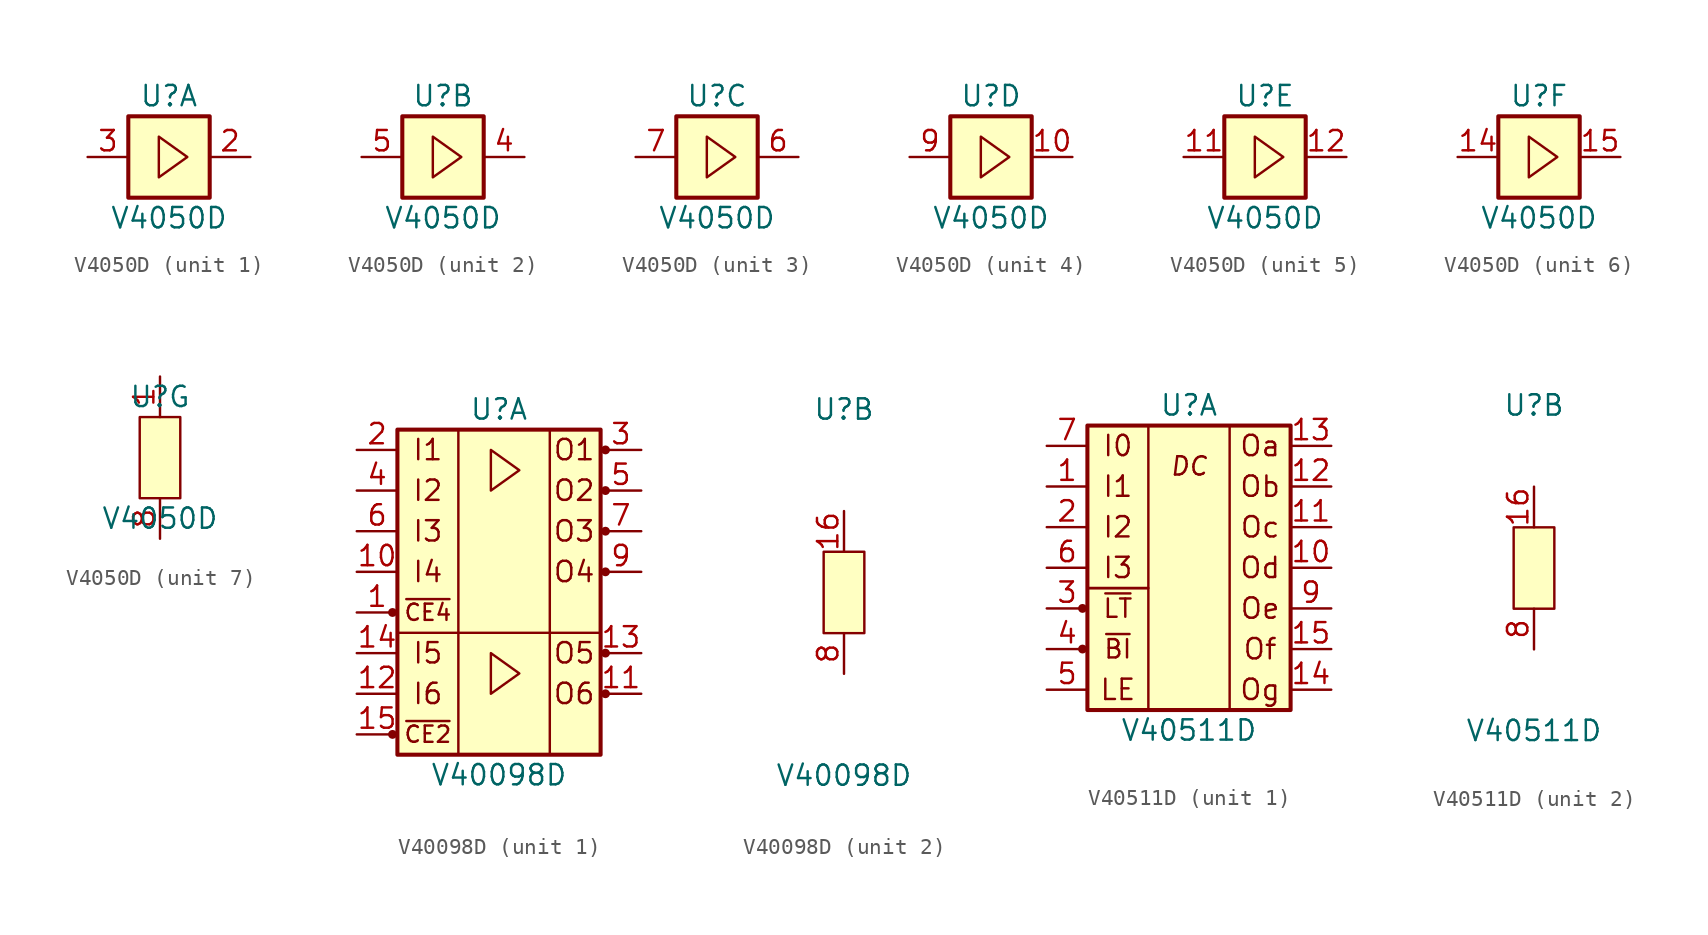
<source format=kicad_sym>
(kicad_symbol_lib
  (version 20211014)
  (generator kicad_symbol_editor)
  (symbol "V4050D"
    (pin_names
      (offset 1.016) hide)
    (property "Reference" "U"
      (at 0 3.81 0)
      (effects (font (size 1.27 1.27))))
    (property "Value" "V4050D"
      (at 0 -3.81 0)
      (effects (font (size 1.27 1.27))))
    (property "ki_locked" ""
      (at 0 0 0)
      (effects (font (size 1.27 1.27))))
    (symbol "V4050D_1_0"
      (pin output line (at 5.08 0 180) (length 2.54) (name "O1" (effects (font (size 1.27 1.27)))) (number "2" (effects (font (size 1.27 1.27))))))
    (symbol "V4050D_1_1"
      (rectangle (start -2.54 2.54) (end 2.54 -2.54) (stroke (width 0.254) (type default) (color 0 0 0 0)) (fill (type background)))
      (polyline (pts (xy -0.635 1.27) (xy 1.143 0) (xy -0.635 -1.27) (xy -0.635 1.27)) (stroke (width 0) (type default) (color 0 0 0 0)) (fill (type none)))
      (pin input line (at -5.08 0 0) (length 2.54) (name "I1" (effects (font (size 1.27 1.27)))) (number "3" (effects (font (size 1.27 1.27))))))
    (symbol "V4050D_2_0"
      (pin output line (at 5.08 0 180) (length 2.54) (name "O2" (effects (font (size 1.27 1.27)))) (number "4" (effects (font (size 1.27 1.27))))))
    (symbol "V4050D_2_1"
      (rectangle (start -2.54 2.54) (end 2.54 -2.54) (stroke (width 0.254) (type default) (color 0 0 0 0)) (fill (type background)))
      (polyline (pts (xy -0.635 1.27) (xy 1.143 0) (xy -0.635 -1.27) (xy -0.635 1.27)) (stroke (width 0) (type default) (color 0 0 0 0)) (fill (type none)))
      (pin input line (at -5.08 0 0) (length 2.54) (name "I2" (effects (font (size 1.27 1.27)))) (number "5" (effects (font (size 1.27 1.27))))))
    (symbol "V4050D_3_0"
      (pin output line (at 5.08 0 180) (length 2.54) (name "O3" (effects (font (size 1.27 1.27)))) (number "6" (effects (font (size 1.27 1.27))))))
    (symbol "V4050D_3_1"
      (rectangle (start -2.54 2.54) (end 2.54 -2.54) (stroke (width 0.254) (type default) (color 0 0 0 0)) (fill (type background)))
      (polyline (pts (xy -0.635 1.27) (xy 1.143 0) (xy -0.635 -1.27) (xy -0.635 1.27)) (stroke (width 0) (type default) (color 0 0 0 0)) (fill (type none)))
      (pin input line (at -5.08 0 0) (length 2.54) (name "I3" (effects (font (size 1.27 1.27)))) (number "7" (effects (font (size 1.27 1.27))))))
    (symbol "V4050D_4_0"
      (pin output line (at 5.08 0 180) (length 2.54) (name "O4" (effects (font (size 1.27 1.27)))) (number "10" (effects (font (size 1.27 1.27))))))
    (symbol "V4050D_4_1"
      (rectangle (start -2.54 2.54) (end 2.54 -2.54) (stroke (width 0.254) (type default) (color 0 0 0 0)) (fill (type background)))
      (polyline (pts (xy -0.635 1.27) (xy 1.143 0) (xy -0.635 -1.27) (xy -0.635 1.27)) (stroke (width 0) (type default) (color 0 0 0 0)) (fill (type none)))
      (pin input line (at -5.08 0 0) (length 2.54) (name "I4" (effects (font (size 1.27 1.27)))) (number "9" (effects (font (size 1.27 1.27))))))
    (symbol "V4050D_5_0"
      (pin output line (at 5.08 0 180) (length 2.54) (name "O5" (effects (font (size 1.27 1.27)))) (number "12" (effects (font (size 1.27 1.27))))))
    (symbol "V4050D_5_1"
      (rectangle (start -2.54 2.54) (end 2.54 -2.54) (stroke (width 0.254) (type default) (color 0 0 0 0)) (fill (type background)))
      (polyline (pts (xy -0.635 1.27) (xy 1.143 0) (xy -0.635 -1.27) (xy -0.635 1.27)) (stroke (width 0) (type default) (color 0 0 0 0)) (fill (type none)))
      (pin input line (at -5.08 0 0) (length 2.54) (name "I5" (effects (font (size 1.27 1.27)))) (number "11" (effects (font (size 1.27 1.27))))))
    (symbol "V4050D_6_0"
      (pin output line (at 5.08 0 180) (length 2.54) (name "O6" (effects (font (size 1.27 1.27)))) (number "15" (effects (font (size 1.27 1.27))))))
    (symbol "V4050D_6_1"
      (rectangle (start -2.54 2.54) (end 2.54 -2.54) (stroke (width 0.254) (type default) (color 0 0 0 0)) (fill (type background)))
      (polyline (pts (xy -0.635 1.27) (xy 1.143 0) (xy -0.635 -1.27) (xy -0.635 1.27)) (stroke (width 0) (type default) (color 0 0 0 0)) (fill (type none)))
      (pin input line (at -5.08 0 0) (length 2.54) (name "I6" (effects (font (size 1.27 1.27)))) (number "14" (effects (font (size 1.27 1.27))))))
    (symbol "V4050D_7_1"
      (rectangle (start -1.27 2.54) (end 1.27 -2.54) (stroke (width 0) (type default) (color 0 0 0 0)) (fill (type background)))
      (pin power_in line (at 0 5.08 270) (length 2.54) (name "Vcc" (effects (font (size 1.27 1.27)))) (number "1" (effects (font (size 1.27 1.27)))))
      (pin no_connect line (at -3.81 0 0) (length 2.54) hide (name "NC" (effects (font (size 1.27 1.27)))) (number "13" (effects (font (size 1.27 1.27)))))
      (pin no_connect line (at 3.81 0 180) (length 2.54) hide (name "NC" (effects (font (size 1.27 1.27)))) (number "16" (effects (font (size 1.27 1.27)))))
      (pin power_in line (at 0 -5.08 90) (length 2.54) (name "GND" (effects (font (size 1.27 1.27)))) (number "8" (effects (font (size 1.27 1.27)))))))
  (symbol "V40098D"
    (pin_names
      (offset 1.016) hide)
    (property "Reference" "U"
      (at 0 11.43 0)
      (effects (font (size 1.27 1.27))))
    (property "Value" "V40098D"
      (at 0 -11.43 0)
      (effects (font (size 1.27 1.27))))
    (property "ki_locked" ""
      (at 0 0 0)
      (effects (font (size 1.27 1.27))))
    (symbol "V40098D_1_1"
      (circle (center -6.655 -8.89) (radius 0.203) (stroke (width 0) (type default) (color 0 0 0 0)) (fill (type outline)))
      (circle (center -6.655 -1.27) (radius 0.203) (stroke (width 0) (type default) (color 0 0 0 0)) (fill (type outline)))
      (rectangle (start -6.35 -2.54) (end 6.35 -10.16) (stroke (width 0) (type default) (color 0 0 0 0)) (fill (type none)))
      (rectangle (start -6.35 10.16) (end 6.35 -10.16) (stroke (width 0.254) (type default) (color 0 0 0 0)) (fill (type background)))
      (polyline (pts (xy -0.508 -3.81) (xy 1.27 -5.08) (xy -0.508 -6.35) (xy -0.508 -3.81)) (stroke (width 0) (type default) (color 0 0 0 0)) (fill (type none)))
      (polyline (pts (xy -0.508 8.89) (xy 1.27 7.62) (xy -0.508 6.35) (xy -0.508 8.89)) (stroke (width 0) (type default) (color 0 0 0 0)) (fill (type none)))
      (rectangle (start 3.175 10.16) (end -2.54 -10.16) (stroke (width 0) (type default) (color 0 0 0 0)) (fill (type none)))
      (circle (center 6.655 -6.35) (radius 0.203) (stroke (width 0) (type default) (color 0 0 0 0)) (fill (type outline)))
      (circle (center 6.655 -3.81) (radius 0.203) (stroke (width 0) (type default) (color 0 0 0 0)) (fill (type outline)))
      (circle (center 6.655 1.27) (radius 0.203) (stroke (width 0) (type default) (color 0 0 0 0)) (fill (type outline)))
      (circle (center 6.655 3.81) (radius 0.203) (stroke (width 0) (type default) (color 0 0 0 0)) (fill (type outline)))
      (circle (center 6.655 6.35) (radius 0.203) (stroke (width 0) (type default) (color 0 0 0 0)) (fill (type outline)))
      (circle (center 6.655 8.89) (radius 0.203) (stroke (width 0) (type default) (color 0 0 0 0)) (fill (type outline)))
      (text "I1" (at -4.445 8.89 0) (effects (font (size 1.27 1.27))))
      (text "I2" (at -4.445 6.35 0) (effects (font (size 1.27 1.27))))
      (text "I3" (at -4.445 3.81 0) (effects (font (size 1.27 1.27))))
      (text "I4" (at -4.445 1.27 0) (effects (font (size 1.27 1.27))))
      (text "I5" (at -4.445 -3.81 0) (effects (font (size 1.27 1.27))))
      (text "I6" (at -4.445 -6.35 0) (effects (font (size 1.27 1.27))))
      (text "O1" (at 4.699 8.89 0) (effects (font (size 1.27 1.27))))
      (text "O2" (at 4.699 6.35 0) (effects (font (size 1.27 1.27))))
      (text "O3" (at 4.699 3.81 0) (effects (font (size 1.27 1.27))))
      (text "O4" (at 4.699 1.27 0) (effects (font (size 1.27 1.27))))
      (text "O5" (at 4.699 -3.81 0) (effects (font (size 1.27 1.27))))
      (text "O6" (at 4.699 -6.35 0) (effects (font (size 1.27 1.27))))
      (text "~{CE2}" (at -4.445 -8.89 0) (effects (font (size 1.016 1.016))))
      (text "~{CE4}" (at -4.445 -1.27 0) (effects (font (size 1.016 1.016))))
      (pin input line (at -8.89 -1.27 0) (length 2.54) (name "~{CE4}" (effects (font (size 1.27 1.27)))) (number "1" (effects (font (size 1.27 1.27)))))
      (pin input line (at -8.89 1.27 0) (length 2.54) (name "I4" (effects (font (size 1.27 1.27)))) (number "10" (effects (font (size 1.27 1.27)))))
      (pin tri_state line (at 8.89 -6.35 180) (length 2.54) (name "O6" (effects (font (size 1.27 1.27)))) (number "11" (effects (font (size 1.27 1.27)))))
      (pin input line (at -8.89 -6.35 0) (length 2.54) (name "I6" (effects (font (size 1.27 1.27)))) (number "12" (effects (font (size 1.27 1.27)))))
      (pin tri_state line (at 8.89 -3.81 180) (length 2.54) (name "O5" (effects (font (size 1.27 1.27)))) (number "13" (effects (font (size 1.27 1.27)))))
      (pin input line (at -8.89 -3.81 0) (length 2.54) (name "I5" (effects (font (size 1.27 1.27)))) (number "14" (effects (font (size 1.27 1.27)))))
      (pin input line (at -8.89 -8.89 0) (length 2.54) (name "~{CE2}" (effects (font (size 1.27 1.27)))) (number "15" (effects (font (size 1.27 1.27)))))
      (pin input line (at -8.89 8.89 0) (length 2.54) (name "I1" (effects (font (size 1.27 1.27)))) (number "2" (effects (font (size 1.27 1.27)))))
      (pin tri_state line (at 8.89 8.89 180) (length 2.54) (name "O1" (effects (font (size 1.27 1.27)))) (number "3" (effects (font (size 1.27 1.27)))))
      (pin input line (at -8.89 6.35 0) (length 2.54) (name "I2" (effects (font (size 1.27 1.27)))) (number "4" (effects (font (size 1.27 1.27)))))
      (pin tri_state line (at 8.89 6.35 180) (length 2.54) (name "O2" (effects (font (size 1.27 1.27)))) (number "5" (effects (font (size 1.27 1.27)))))
      (pin input line (at -8.89 3.81 0) (length 2.54) (name "I3" (effects (font (size 1.27 1.27)))) (number "6" (effects (font (size 1.27 1.27)))))
      (pin tri_state line (at 8.89 3.81 180) (length 2.54) (name "O3" (effects (font (size 1.27 1.27)))) (number "7" (effects (font (size 1.27 1.27)))))
      (pin tri_state line (at 8.89 1.27 180) (length 2.54) (name "O4" (effects (font (size 1.27 1.27)))) (number "9" (effects (font (size 1.27 1.27))))))
    (symbol "V40098D_2_1"
      (rectangle (start -1.27 2.54) (end 1.27 -2.54) (stroke (width 0) (type default) (color 0 0 0 0)) (fill (type background)))
      (pin power_in line (at 0 5.08 270) (length 2.54) (name "Vcc" (effects (font (size 1.27 1.27)))) (number "16" (effects (font (size 1.27 1.27)))))
      (pin power_in line (at 0 -5.08 90) (length 2.54) (name "GND" (effects (font (size 1.27 1.27)))) (number "8" (effects (font (size 1.27 1.27)))))))
  (symbol "V40511D"
    (pin_names
      (offset 1.016) hide)
    (property "Reference" "U"
      (at 0 10.16 0)
      (effects (font (size 1.27 1.27))))
    (property "Value" "V40511D"
      (at 0 -10.16 0)
      (effects (font (size 1.27 1.27))))
    (property "ki_locked" ""
      (at 0 0 0)
      (effects (font (size 1.27 1.27))))
    (symbol "V40511D_1_1"
      (circle (center -6.655 -5.08) (radius 0.203) (stroke (width 0) (type default) (color 0 0 0 0)) (fill (type outline)))
      (circle (center -6.655 -2.54) (radius 0.203) (stroke (width 0) (type default) (color 0 0 0 0)) (fill (type outline)))
      (rectangle (start -6.35 -1.27) (end -2.54 -8.89) (stroke (width 0) (type default) (color 0 0 0 0)) (fill (type none)))
      (rectangle (start -6.35 8.89) (end -2.54 -1.27) (stroke (width 0) (type default) (color 0 0 0 0)) (fill (type none)))
      (rectangle (start -6.35 8.89) (end 6.35 -8.89) (stroke (width 0.254) (type default) (color 0 0 0 0)) (fill (type background)))
      (rectangle (start 2.54 8.89) (end 6.35 -8.89) (stroke (width 0) (type default) (color 0 0 0 0)) (fill (type none)))
      (text "DC" (at 0 6.35 0) (effects (font (size 1.143 1.143) italic)))
      (text "I0" (at -4.445 7.62 0) (effects (font (size 1.27 1.27))))
      (text "I1" (at -4.445 5.08 0) (effects (font (size 1.27 1.27))))
      (text "I2" (at -4.445 2.54 0) (effects (font (size 1.27 1.27))))
      (text "I3" (at -4.445 0 0) (effects (font (size 1.27 1.27))))
      (text "LE" (at -4.445 -7.62 0) (effects (font (size 1.27 1.27))))
      (text "Oa" (at 4.445 7.62 0) (effects (font (size 1.27 1.27))))
      (text "Ob" (at 4.445 5.08 0) (effects (font (size 1.27 1.27))))
      (text "Oc" (at 4.445 2.54 0) (effects (font (size 1.27 1.27))))
      (text "Od" (at 4.445 0 0) (effects (font (size 1.27 1.27))))
      (text "Oe" (at 4.445 -2.54 0) (effects (font (size 1.27 1.27))))
      (text "Of" (at 4.445 -5.08 0) (effects (font (size 1.27 1.27))))
      (text "Og" (at 4.445 -7.62 0) (effects (font (size 1.27 1.27))))
      (text "~{BI}" (at -4.445 -5.08 0) (effects (font (size 1.143 1.143))))
      (text "~{LT}" (at -4.445 -2.54 0) (effects (font (size 1.143 1.143))))
      (pin input line (at -8.89 5.08 0) (length 2.54) (name "I1" (effects (font (size 1.27 1.27)))) (number "1" (effects (font (size 1.27 1.27)))))
      (pin output line (at 8.89 0 180) (length 2.54) (name "d" (effects (font (size 1.27 1.27)))) (number "10" (effects (font (size 1.27 1.27)))))
      (pin output line (at 8.89 2.54 180) (length 2.54) (name "c" (effects (font (size 1.27 1.27)))) (number "11" (effects (font (size 1.27 1.27)))))
      (pin output line (at 8.89 5.08 180) (length 2.54) (name "b" (effects (font (size 1.27 1.27)))) (number "12" (effects (font (size 1.27 1.27)))))
      (pin output line (at 8.89 7.62 180) (length 2.54) (name "a" (effects (font (size 1.27 1.27)))) (number "13" (effects (font (size 1.27 1.27)))))
      (pin output line (at 8.89 -7.62 180) (length 2.54) (name "g" (effects (font (size 1.27 1.27)))) (number "14" (effects (font (size 1.27 1.27)))))
      (pin output line (at 8.89 -5.08 180) (length 2.54) (name "f" (effects (font (size 1.27 1.27)))) (number "15" (effects (font (size 1.27 1.27)))))
      (pin input line (at -8.89 2.54 0) (length 2.54) (name "I2" (effects (font (size 1.27 1.27)))) (number "2" (effects (font (size 1.27 1.27)))))
      (pin input line (at -8.89 -2.54 0) (length 2.54) (name "~{LT}" (effects (font (size 1.27 1.27)))) (number "3" (effects (font (size 1.27 1.27)))))
      (pin input line (at -8.89 -5.08 0) (length 2.54) (name "~{BI}" (effects (font (size 1.27 1.27)))) (number "4" (effects (font (size 1.27 1.27)))))
      (pin input line (at -8.89 -7.62 0) (length 2.54) (name "LE" (effects (font (size 1.27 1.27)))) (number "5" (effects (font (size 1.27 1.27)))))
      (pin input line (at -8.89 0 0) (length 2.54) (name "I3" (effects (font (size 1.27 1.27)))) (number "6" (effects (font (size 1.27 1.27)))))
      (pin input line (at -8.89 7.62 0) (length 2.54) (name "I0" (effects (font (size 1.27 1.27)))) (number "7" (effects (font (size 1.27 1.27)))))
      (pin output line (at 8.89 -2.54 180) (length 2.54) (name "e" (effects (font (size 1.27 1.27)))) (number "9" (effects (font (size 1.27 1.27))))))
    (symbol "V40511D_2_1"
      (rectangle (start -1.27 2.54) (end 1.27 -2.54) (stroke (width 0) (type default) (color 0 0 0 0)) (fill (type background)))
      (pin power_in line (at 0 5.08 270) (length 2.54) (name "Vcc" (effects (font (size 1.27 1.27)))) (number "16" (effects (font (size 1.27 1.27)))))
      (pin power_in line (at 0 -5.08 90) (length 2.54) (name "GND" (effects (font (size 1.27 1.27)))) (number "8" (effects (font (size 1.27 1.27))))))))
</source>
